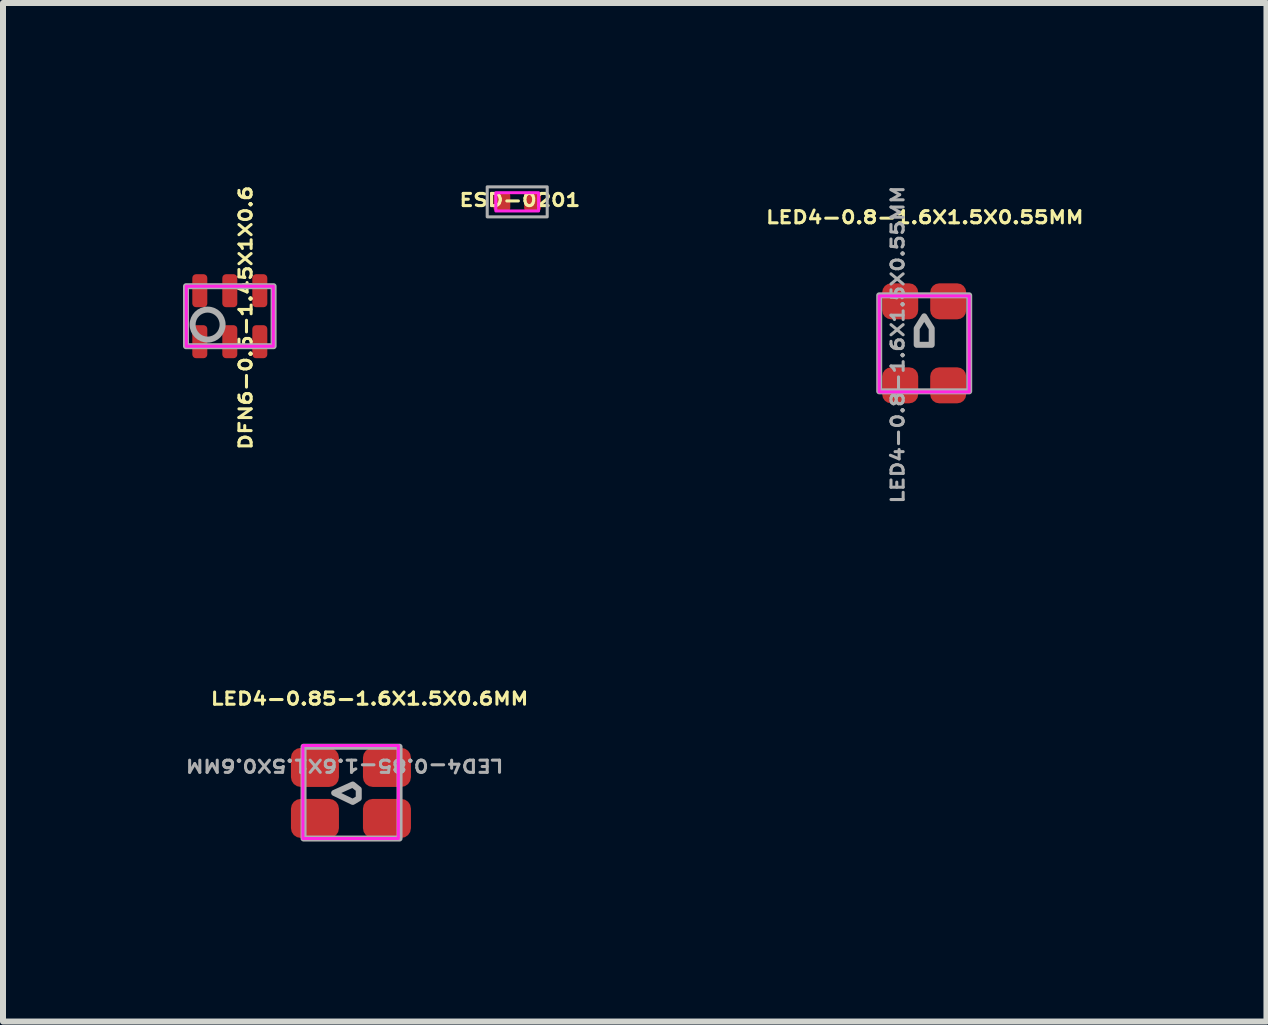
<source format=kicad_pcb>
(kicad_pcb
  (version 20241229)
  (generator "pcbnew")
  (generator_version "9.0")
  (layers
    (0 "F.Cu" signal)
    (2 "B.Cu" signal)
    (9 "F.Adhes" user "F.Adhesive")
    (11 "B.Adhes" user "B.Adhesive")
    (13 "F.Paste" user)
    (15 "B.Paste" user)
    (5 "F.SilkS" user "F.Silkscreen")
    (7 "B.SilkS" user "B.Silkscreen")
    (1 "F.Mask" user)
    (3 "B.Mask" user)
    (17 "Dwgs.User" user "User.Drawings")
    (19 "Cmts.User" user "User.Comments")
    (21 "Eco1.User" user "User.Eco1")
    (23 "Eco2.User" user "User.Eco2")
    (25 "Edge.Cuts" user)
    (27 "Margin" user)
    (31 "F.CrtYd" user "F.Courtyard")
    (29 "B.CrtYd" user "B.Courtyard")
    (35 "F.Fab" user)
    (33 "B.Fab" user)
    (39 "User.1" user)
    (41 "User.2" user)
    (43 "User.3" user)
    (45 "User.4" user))
  (footprint "LED4-0.85-1.6X1.5X0.6MM"
    (layer "F.Cu")
    (at 2.799 10.165)
    (property "Reference" "LED4-0.85-1.6X1.5X0.6MM" (at 0.31 -1.57 0) (unlocked yes) (layer "F.SilkS") (effects (font (size 0.203 0.254) (thickness 0.127))))
    (attr smd)
    (fp_rect (start -0.8 -0.79) (end 0.79 0.76) (stroke (width 0.05) (type default)) (fill no) (layer "F.CrtYd"))
    (fp_rect (start -0.79 -0.77) (end 0.81 0.76) (stroke (width 0.1) (type default)) (fill no) (layer "F.Fab"))
    (fp_poly (pts (xy -0.28 0) (xy 0.03 -0.14) (xy 0.13 -0.06) (xy 0.13 0.09) (xy 0.03 0.15) (xy -0.28 0)) (stroke (width 0.1) (type solid)) (fill no) (layer "F.Fab"))
    (fp_line (start -0.8 -0.75) (end 0.8 -0.75) (stroke (width 0.12) (type default)) (layer "User.3"))
    (fp_line (start -0.8 0.75) (end -0.8 -0.75) (stroke (width 0.12) (type default)) (layer "User.3"))
    (fp_line (start 0.8 -0.75) (end 0.8 0.75) (stroke (width 0.12) (type default)) (layer "User.3"))
    (fp_line (start 0.8 0.75) (end -0.8 0.75) (stroke (width 0.12) (type default)) (layer "User.3"))
    (fp_circle (center -1.29 -0.46) (end -1.163 -0.46) (stroke (width 0.254) (type default)) (fill no) (layer "User.3"))
    (fp_text user "${REFERENCE}" (at -0.106 -0.455 180) (unlocked yes) (layer "F.Fab") (effects (font (size 0.203 0.254) (thickness 0.127))))
    (pad "1" smd roundrect (at -0.6 -0.425) (size 0.8 0.65) (layers "F.Cu" "F.Mask" "F.Paste") (roundrect_rratio 0.25))
    (pad "2" smd roundrect (at 0.6 -0.425) (size 0.8 0.65) (layers "F.Cu" "F.Mask" "F.Paste") (roundrect_rratio 0.25))
    (pad "3" smd roundrect (at -0.6 0.425) (size 0.8 0.65) (layers "F.Cu" "F.Mask" "F.Paste") (roundrect_rratio 0.25))
    (pad "4" smd roundrect (at 0.6 0.425) (size 0.8 0.65) (layers "F.Cu" "F.Mask" "F.Paste") (roundrect_rratio 0.25)))
  (footprint "LED4-0.8-1.6X1.5X0.55MM"
    (layer "F.Cu")
    (at 12.353 2.672)
    (property "Reference" "LED4-0.8-1.6X1.5X0.55MM" (at 0.01 -2.1 0) (unlocked yes) (layer "F.SilkS") (effects (font (size 0.203 0.254) (thickness 0.127))))
    (attr smd)
    (fp_rect (start -0.75 -0.79) (end 0.75 0.81) (stroke (width 0.05) (type default)) (fill no) (layer "F.CrtYd"))
    (fp_rect (start -0.75 -0.8) (end 0.75 0.8) (stroke (width 0.1) (type default)) (fill no) (layer "F.Fab"))
    (fp_poly (pts (xy 0 -0.45) (xy -0.125 -0.25) (xy -0.125 0.025) (xy 0.125 0.025) (xy 0.125 -0.25)) (stroke (width 0.1) (type solid)) (fill no) (layer "F.Fab"))
    (fp_line (start -0.75 -0.8) (end 0.75 -0.8) (stroke (width 0.12) (type default)) (layer "User.3"))
    (fp_line (start -0.75 0.8) (end -0.75 -0.8) (stroke (width 0.12) (type default)) (layer "User.3"))
    (fp_line (start 0.75 -0.8) (end 0.75 0.8) (stroke (width 0.12) (type default)) (layer "User.3"))
    (fp_line (start 0.75 0.8) (end -0.75 0.8) (stroke (width 0.12) (type default)) (layer "User.3"))
    (fp_circle (center 1.02 -1.04) (end 1.147 -1.04) (stroke (width 0.254) (type default)) (fill no) (layer "User.3"))
    (fp_text user "${REFERENCE}" (at -0.442 0.021 90) (unlocked yes) (layer "F.Fab") (effects (font (size 0.203 0.254) (thickness 0.127))))
    (pad "1" smd roundrect (at 0.4 -0.7 90) (size 0.6 0.6) (layers "F.Cu" "F.Mask" "F.Paste") (roundrect_rratio 0.25))
    (pad "2" smd roundrect (at 0.4 0.7 90) (size 0.6 0.6) (layers "F.Cu" "F.Mask" "F.Paste") (roundrect_rratio 0.25))
    (pad "3" smd roundrect (at -0.4 -0.7 90) (size 0.6 0.6) (layers "F.Cu" "F.Mask" "F.Paste") (roundrect_rratio 0.25))
    (pad "4" smd roundrect (at -0.4 0.7 90) (size 0.6 0.6) (layers "F.Cu" "F.Mask" "F.Paste") (roundrect_rratio 0.25)))
  (footprint "DFN6-0.5-1.45X1X0.6"
    (layer "F.Cu")
    (at 0.78 2.22)
    (property "Reference" "DFN6-0.5-1.45X1X0.6" (at 0.264 0.026 90) (unlocked yes) (layer "F.SilkS") (effects (font (size 0.203 0.254) (thickness 0.127))))
    (attr smd)
    (fp_rect (start -0.725 -0.5) (end 0.725 0.5) (stroke (width 0.05) (type default)) (fill no) (layer "F.CrtYd"))
    (fp_rect (start -0.73 -0.5) (end 0.73 0.5) (stroke (width 0.1) (type default)) (fill no) (layer "F.Fab"))
    (fp_circle (center -0.37 0.14) (end -0.12 0.14) (stroke (width 0.1) (type solid)) (fill no) (layer "F.Fab"))
    (fp_rect (start -0.725 -0.5) (end 0.725 0.5) (stroke (width 0.1) (type default)) (fill no) (layer "User.3"))
    (pad "1" smd roundrect (at -0.5 0.425 180) (size 0.25 0.55) (layers "F.Cu" "F.Mask" "F.Paste") (roundrect_rratio 0.25))
    (pad "2" smd roundrect (at 0 0.425 180) (size 0.25 0.55) (layers "F.Cu" "F.Mask" "F.Paste") (roundrect_rratio 0.25))
    (pad "3" smd roundrect (at 0.5 0.425 180) (size 0.25 0.55) (layers "F.Cu" "F.Mask" "F.Paste") (roundrect_rratio 0.25))
    (pad "4" smd roundrect (at 0.5 -0.425 180) (size 0.25 0.55) (layers "F.Cu" "F.Mask" "F.Paste") (roundrect_rratio 0.25))
    (pad "5" smd roundrect (at 0 -0.425 180) (size 0.25 0.55) (layers "F.Cu" "F.Mask" "F.Paste") (roundrect_rratio 0.25))
    (pad "6" smd roundrect (at -0.5 -0.425 180) (size 0.25 0.55) (layers "F.Cu" "F.Mask" "F.Paste") (roundrect_rratio 0.25)))
  (footprint "ESD-0201"
    (layer "F.Cu")
    (at 5.57 0.314)
    (property "Reference" "ESD-0201" (at 0.044 -0.029 180) (layer "F.SilkS") (effects (font (size 0.203 0.254) (thickness 0.127))))
    (attr smd)
    (fp_rect (start -0.356 -0.152) (end 0.356 0.152) (stroke (width 0.05) (type default)) (fill no) (layer "F.CrtYd"))
    (fp_rect (start -0.5 -0.25) (end 0.5 0.25) (stroke (width 0.051) (type default)) (fill no) (layer "F.Fab"))
    (fp_line (start -0.508 -0.254) (end 0.508 -0.254) (stroke (width 0.12) (type default)) (layer "User.3"))
    (fp_line (start -0.508 0.254) (end -0.508 -0.254) (stroke (width 0.12) (type default)) (layer "User.3"))
    (fp_line (start 0.508 -0.254) (end 0.508 0.254) (stroke (width 0.12) (type default)) (layer "User.3"))
    (fp_line (start 0.508 0.254) (end -0.508 0.254) (stroke (width 0.12) (type default)) (layer "User.3"))
    (pad "1" smd roundrect (at -0.255 0) (size 0.279 0.318) (layers "F.Cu" "F.Mask" "F.Paste") (roundrect_rratio 0.2))
    (pad "2" smd roundrect (at 0.255 0) (size 0.279 0.318) (layers "F.Cu" "F.Mask" "F.Paste") (roundrect_rratio 0.2)))
  (gr_rect
    (start -3 -3)
    (end 18.057 13.975)
    (stroke (width 0.1) (type default))
    (fill no)
    (layer "Edge.Cuts")))
</source>
